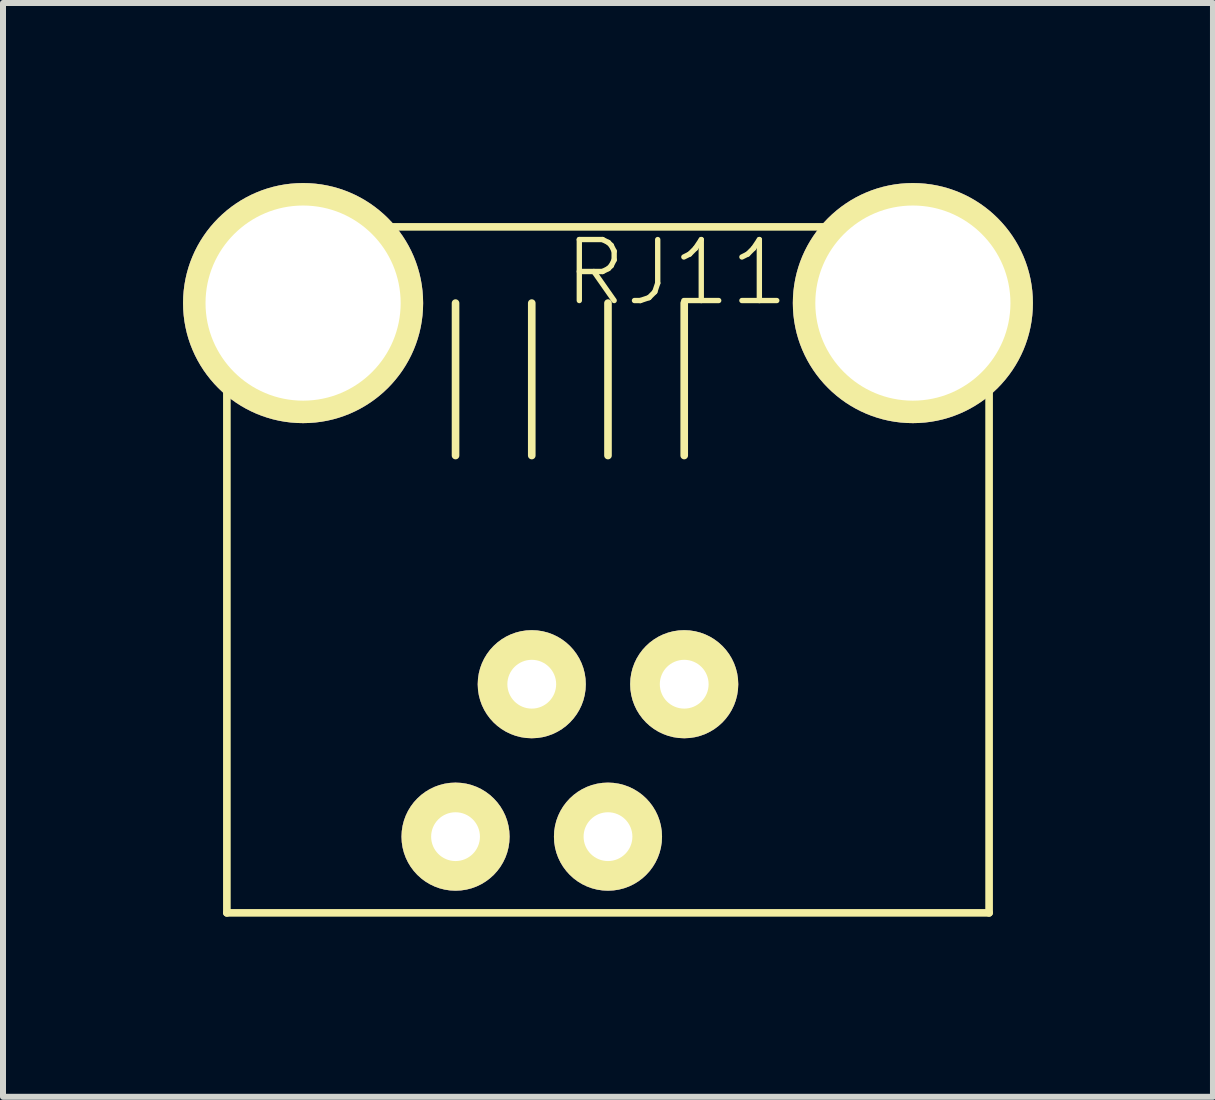
<source format=kicad_pcb>
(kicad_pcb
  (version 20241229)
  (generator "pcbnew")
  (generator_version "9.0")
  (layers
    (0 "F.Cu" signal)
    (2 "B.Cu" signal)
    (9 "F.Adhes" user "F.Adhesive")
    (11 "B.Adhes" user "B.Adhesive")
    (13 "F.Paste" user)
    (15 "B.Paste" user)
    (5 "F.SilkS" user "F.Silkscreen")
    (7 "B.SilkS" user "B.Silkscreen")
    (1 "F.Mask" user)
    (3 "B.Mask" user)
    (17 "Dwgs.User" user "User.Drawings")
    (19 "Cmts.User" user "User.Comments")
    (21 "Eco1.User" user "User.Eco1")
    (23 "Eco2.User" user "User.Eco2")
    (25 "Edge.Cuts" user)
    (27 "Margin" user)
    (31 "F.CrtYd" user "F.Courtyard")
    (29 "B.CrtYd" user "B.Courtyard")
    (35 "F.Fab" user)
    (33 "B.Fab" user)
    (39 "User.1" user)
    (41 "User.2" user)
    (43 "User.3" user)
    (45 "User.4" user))
  (footprint "RJ11"
    (layer "F.Cu")
    (at 7.08 8.35)
    (property "Reference" "RJ11" (at 1.143 -6.858 0) (layer "F.SilkS") (effects (font (size 1.016 1.016) (thickness 0.089))))
    (attr exclude_from_pos_files exclude_from_bom)
    (fp_line (start -6.35 -7.62) (end 6.35 -7.62) (stroke (width 0.127) (type solid)) (layer "F.SilkS"))
    (fp_line (start -6.35 -6.35) (end -3.81 -6.35) (stroke (width 0.127) (type solid)) (layer "F.SilkS"))
    (fp_line (start -6.35 3.81) (end -6.35 -7.62) (stroke (width 0.127) (type solid)) (layer "F.SilkS"))
    (fp_line (start -5.08 -5.08) (end -5.08 -7.62) (stroke (width 0.127) (type solid)) (layer "F.SilkS"))
    (fp_line (start -2.54 -6.35) (end -2.54 -3.81) (stroke (width 0.127) (type solid)) (layer "F.SilkS"))
    (fp_line (start -1.27 -6.35) (end -1.27 -3.81) (stroke (width 0.127) (type solid)) (layer "F.SilkS"))
    (fp_line (start 0 -6.35) (end 0 -3.81) (stroke (width 0.127) (type solid)) (layer "F.SilkS"))
    (fp_line (start 1.27 -6.35) (end 1.27 -3.81) (stroke (width 0.127) (type solid)) (layer "F.SilkS"))
    (fp_line (start 3.81 -6.35) (end 6.35 -6.35) (stroke (width 0.127) (type solid)) (layer "F.SilkS"))
    (fp_line (start 5.08 -5.08) (end 5.08 -7.62) (stroke (width 0.127) (type solid)) (layer "F.SilkS"))
    (fp_line (start 6.35 3.81) (end -6.35 3.81) (stroke (width 0.127) (type solid)) (layer "F.SilkS"))
    (fp_line (start 6.35 3.81) (end 6.35 -7.62) (stroke (width 0.127) (type solid)) (layer "F.SilkS"))
    (fp_circle (center -5.08 -6.35) (end -5.715 -6.985) (stroke (width 0.127) (type solid)) (fill no) (layer "F.SilkS"))
    (fp_circle (center 5.08 -6.35) (end 5.715 -6.985) (stroke (width 0.127) (type solid)) (fill no) (layer "F.SilkS"))
    (pad "" thru_hole circle (at -5.08 -6.35) (size 4 4) (drill 3.251) (layers "*.Cu" "*.Mask" "F.SilkS"))
    (pad "" thru_hole circle (at 5.08 -6.35) (size 4 4) (drill 3.251) (layers "*.Cu" "*.Mask" "F.SilkS"))
    (pad "1" thru_hole circle (at 1.27 0) (size 1.801 1.801) (drill 0.813) (layers "*.Cu" "*.Mask" "F.SilkS"))
    (pad "2" thru_hole circle (at 0 2.54) (size 1.801 1.801) (drill 0.813) (layers "*.Cu" "*.Mask" "F.SilkS"))
    (pad "3" thru_hole circle (at -1.27 0) (size 1.801 1.801) (drill 0.813) (layers "*.Cu" "*.Mask" "F.SilkS"))
    (pad "4" thru_hole circle (at -2.54 2.54) (size 1.801 1.801) (drill 0.813) (layers "*.Cu" "*.Mask" "F.SilkS")))
  (gr_rect
    (start -3 -3)
    (end 17.16 15.224)
    (stroke (width 0.1) (type default))
    (fill no)
    (layer "Edge.Cuts")))
</source>
